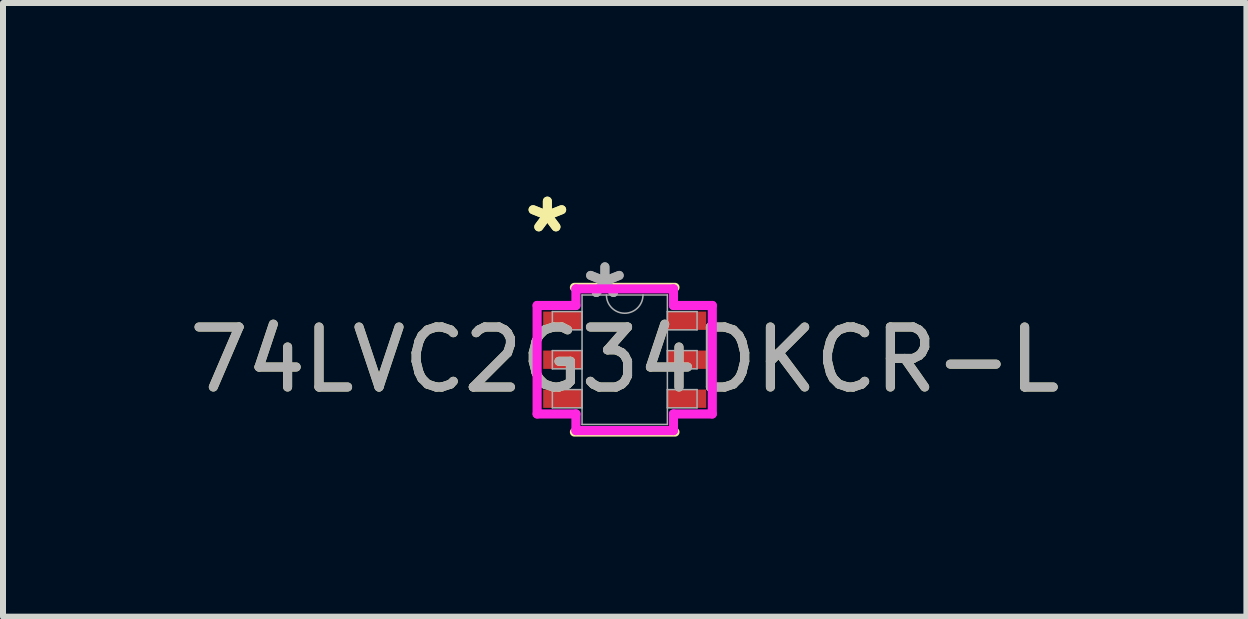
<source format=kicad_pcb>
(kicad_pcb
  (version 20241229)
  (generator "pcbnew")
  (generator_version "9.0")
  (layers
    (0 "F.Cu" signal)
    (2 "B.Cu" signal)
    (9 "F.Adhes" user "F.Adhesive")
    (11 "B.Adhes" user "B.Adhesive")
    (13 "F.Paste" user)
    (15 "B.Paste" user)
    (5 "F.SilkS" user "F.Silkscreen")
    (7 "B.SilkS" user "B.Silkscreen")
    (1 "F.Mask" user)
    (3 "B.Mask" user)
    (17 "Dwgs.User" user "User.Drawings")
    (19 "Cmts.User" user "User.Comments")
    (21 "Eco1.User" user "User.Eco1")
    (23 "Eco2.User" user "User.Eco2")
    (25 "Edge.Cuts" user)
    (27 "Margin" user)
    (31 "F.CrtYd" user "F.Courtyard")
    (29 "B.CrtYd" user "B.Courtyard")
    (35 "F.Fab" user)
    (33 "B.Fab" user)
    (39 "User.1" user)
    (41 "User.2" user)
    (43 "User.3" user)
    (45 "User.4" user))
  (footprint "74LVC2G34DKCR-L"
    (layer "F.Cu")
    (at 7.363 2.946)
    (property "Reference" "74LVC2G34DKCR-L" (at 0 0 0) (unlocked yes) (layer "F.SilkS") (effects (font (size 1 1) (thickness 0.15))))
    (attr smd)
    (fp_line (start -0.838 1.206) (end 0.838 1.206) (stroke (width 0.152) (type solid)) (layer "F.SilkS"))
    (fp_line (start 0.838 -1.206) (end -0.838 -1.206) (stroke (width 0.152) (type solid)) (layer "F.SilkS"))
    (fp_line (start -1.46 -0.904) (end -0.813 -0.904) (stroke (width 0.152) (type solid)) (layer "F.CrtYd"))
    (fp_line (start -1.46 0.904) (end -1.46 -0.904) (stroke (width 0.152) (type solid)) (layer "F.CrtYd"))
    (fp_line (start -1.46 0.904) (end -0.813 0.904) (stroke (width 0.152) (type solid)) (layer "F.CrtYd"))
    (fp_line (start -0.813 -1.181) (end 0.813 -1.181) (stroke (width 0.152) (type solid)) (layer "F.CrtYd"))
    (fp_line (start -0.813 -0.904) (end -0.813 -1.181) (stroke (width 0.152) (type solid)) (layer "F.CrtYd"))
    (fp_line (start -0.813 1.181) (end -0.813 0.904) (stroke (width 0.152) (type solid)) (layer "F.CrtYd"))
    (fp_line (start 0.813 -1.181) (end 0.813 -0.904) (stroke (width 0.152) (type solid)) (layer "F.CrtYd"))
    (fp_line (start 0.813 0.904) (end 0.813 1.181) (stroke (width 0.152) (type solid)) (layer "F.CrtYd"))
    (fp_line (start 0.813 1.181) (end -0.813 1.181) (stroke (width 0.152) (type solid)) (layer "F.CrtYd"))
    (fp_line (start 1.46 -0.904) (end 0.813 -0.904) (stroke (width 0.152) (type solid)) (layer "F.CrtYd"))
    (fp_line (start 1.46 -0.904) (end 1.46 0.904) (stroke (width 0.152) (type solid)) (layer "F.CrtYd"))
    (fp_line (start 1.46 0.904) (end 0.813 0.904) (stroke (width 0.152) (type solid)) (layer "F.CrtYd"))
    (fp_line (start -1.206 -0.802) (end -1.206 -0.498) (stroke (width 0.025) (type solid)) (layer "F.Fab"))
    (fp_line (start -1.206 -0.498) (end -0.711 -0.498) (stroke (width 0.025) (type solid)) (layer "F.Fab"))
    (fp_line (start -1.206 -0.152) (end -1.206 0.152) (stroke (width 0.025) (type solid)) (layer "F.Fab"))
    (fp_line (start -1.206 0.152) (end -0.711 0.152) (stroke (width 0.025) (type solid)) (layer "F.Fab"))
    (fp_line (start -1.206 0.498) (end -1.206 0.802) (stroke (width 0.025) (type solid)) (layer "F.Fab"))
    (fp_line (start -1.206 0.802) (end -0.711 0.802) (stroke (width 0.025) (type solid)) (layer "F.Fab"))
    (fp_line (start -0.711 -1.079) (end -0.711 1.079) (stroke (width 0.025) (type solid)) (layer "F.Fab"))
    (fp_line (start -0.711 -0.802) (end -1.206 -0.802) (stroke (width 0.025) (type solid)) (layer "F.Fab"))
    (fp_line (start -0.711 -0.498) (end -0.711 -0.802) (stroke (width 0.025) (type solid)) (layer "F.Fab"))
    (fp_line (start -0.711 -0.152) (end -1.206 -0.152) (stroke (width 0.025) (type solid)) (layer "F.Fab"))
    (fp_line (start -0.711 0.152) (end -0.711 -0.152) (stroke (width 0.025) (type solid)) (layer "F.Fab"))
    (fp_line (start -0.711 0.498) (end -1.206 0.498) (stroke (width 0.025) (type solid)) (layer "F.Fab"))
    (fp_line (start -0.711 0.802) (end -0.711 0.498) (stroke (width 0.025) (type solid)) (layer "F.Fab"))
    (fp_line (start -0.711 1.079) (end 0.711 1.079) (stroke (width 0.025) (type solid)) (layer "F.Fab"))
    (fp_line (start 0.711 -1.079) (end -0.711 -1.079) (stroke (width 0.025) (type solid)) (layer "F.Fab"))
    (fp_line (start 0.711 -0.802) (end 0.711 -0.498) (stroke (width 0.025) (type solid)) (layer "F.Fab"))
    (fp_line (start 0.711 -0.498) (end 1.206 -0.498) (stroke (width 0.025) (type solid)) (layer "F.Fab"))
    (fp_line (start 0.711 -0.152) (end 0.711 0.152) (stroke (width 0.025) (type solid)) (layer "F.Fab"))
    (fp_line (start 0.711 0.152) (end 1.206 0.152) (stroke (width 0.025) (type solid)) (layer "F.Fab"))
    (fp_line (start 0.711 0.498) (end 0.711 0.802) (stroke (width 0.025) (type solid)) (layer "F.Fab"))
    (fp_line (start 0.711 0.802) (end 1.206 0.802) (stroke (width 0.025) (type solid)) (layer "F.Fab"))
    (fp_line (start 0.711 1.079) (end 0.711 -1.079) (stroke (width 0.025) (type solid)) (layer "F.Fab"))
    (fp_line (start 1.206 -0.802) (end 0.711 -0.802) (stroke (width 0.025) (type solid)) (layer "F.Fab"))
    (fp_line (start 1.206 -0.498) (end 1.206 -0.802) (stroke (width 0.025) (type solid)) (layer "F.Fab"))
    (fp_line (start 1.206 -0.152) (end 0.711 -0.152) (stroke (width 0.025) (type solid)) (layer "F.Fab"))
    (fp_line (start 1.206 0.152) (end 1.206 -0.152) (stroke (width 0.025) (type solid)) (layer "F.Fab"))
    (fp_line (start 1.206 0.498) (end 0.711 0.498) (stroke (width 0.025) (type solid)) (layer "F.Fab"))
    (fp_line (start 1.206 0.802) (end 1.206 0.498) (stroke (width 0.025) (type solid)) (layer "F.Fab"))
    (fp_arc (start 0.3048 -1.0795) (mid 0 -0.7747) (end -0.3048 -1.0795) (stroke (width 0.0254) (type solid)) (layer "F.Fab"))
    (fp_text user "*" (at -1.289 -2.098 0) (layer "F.SilkS") (effects (font (size 1 1) (thickness 0.15))))
    (fp_text user "*" (at -1.289 -2.098 0) (unlocked yes) (layer "F.SilkS") (effects (font (size 1 1) (thickness 0.15))))
    (fp_text user "${REFERENCE}" (at 0 0 0) (unlocked yes) (layer "F.Fab") (effects (font (size 1 1) (thickness 0.15))))
    (fp_text user "*" (at -0.33 -1.003 0) (layer "F.Fab") (effects (font (size 1 1) (thickness 0.15))))
    (fp_text user "*" (at -0.33 -1.003 0) (unlocked yes) (layer "F.Fab") (effects (font (size 1 1) (thickness 0.15))))
    (pad "1" smd rect (at -1.035 -0.65) (size 0.648 0.305) (layers "F.Cu" "F.Mask" "F.Paste"))
    (pad "2" smd rect (at -1.035 0) (size 0.648 0.305) (layers "F.Cu" "F.Mask" "F.Paste"))
    (pad "3" smd rect (at -1.035 0.65) (size 0.648 0.305) (layers "F.Cu" "F.Mask" "F.Paste"))
    (pad "4" smd rect (at 1.035 0.65) (size 0.648 0.305) (layers "F.Cu" "F.Mask" "F.Paste"))
    (pad "5" smd rect (at 1.035 0) (size 0.648 0.305) (layers "F.Cu" "F.Mask" "F.Paste"))
    (pad "6" smd rect (at 1.035 -0.65) (size 0.648 0.305) (layers "F.Cu" "F.Mask" "F.Paste")))
  (gr_rect
    (start -3 -3)
    (end 17.726 7.229)
    (stroke (width 0.1) (type default))
    (fill no)
    (layer "Edge.Cuts")))
</source>
